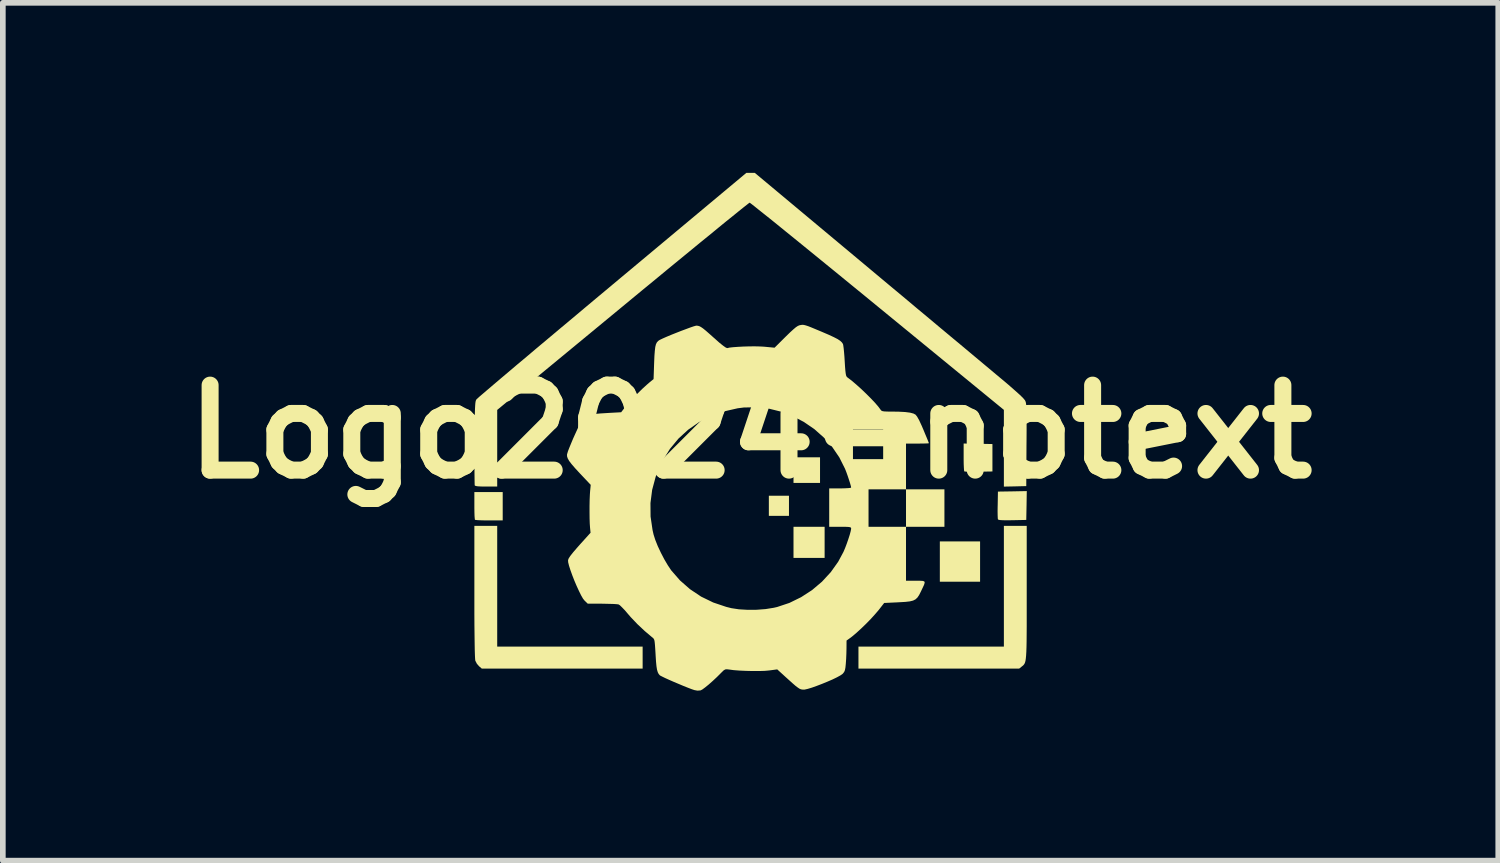
<source format=kicad_pcb>
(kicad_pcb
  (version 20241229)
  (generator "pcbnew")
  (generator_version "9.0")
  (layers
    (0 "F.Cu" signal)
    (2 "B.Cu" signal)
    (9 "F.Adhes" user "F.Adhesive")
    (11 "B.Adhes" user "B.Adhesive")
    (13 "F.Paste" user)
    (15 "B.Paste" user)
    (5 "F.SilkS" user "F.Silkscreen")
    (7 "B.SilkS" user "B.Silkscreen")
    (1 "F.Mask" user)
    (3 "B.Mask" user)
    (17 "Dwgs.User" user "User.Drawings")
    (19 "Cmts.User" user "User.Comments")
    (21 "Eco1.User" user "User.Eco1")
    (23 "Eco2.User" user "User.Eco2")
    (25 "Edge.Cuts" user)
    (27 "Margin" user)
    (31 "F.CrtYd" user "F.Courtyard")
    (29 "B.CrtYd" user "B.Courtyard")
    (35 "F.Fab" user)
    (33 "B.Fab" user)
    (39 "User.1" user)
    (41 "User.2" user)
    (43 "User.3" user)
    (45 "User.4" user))
  (footprint "Logo2024-notext"
    (layer "F.Cu")
    (at 10.193 4.567)
    (property "Reference" "Logo2024-notext" (at 0 0 0) (layer "F.SilkS") (effects (font (size 1.5 1.5) (thickness 0.3))))
    (attr board_only exclude_from_pos_files exclude_from_bom)
    (fp_poly (pts (xy 0.678 1.307) (xy 0.678 1.485) (xy 0.5 1.485) (xy 0.323 1.485) (xy 0.323 1.307) (xy 0.323 1.13) (xy 0.5 1.13) (xy 0.678 1.13)) (stroke (width 0) (type solid)) (fill yes) (layer "F.SilkS"))
    (fp_poly (pts (xy 1.226 0.678) (xy 1.226 0.904) (xy 0.992 0.904) (xy 0.758 0.904) (xy 0.758 0.678) (xy 0.758 0.452) (xy 0.992 0.452) (xy 1.226 0.452)) (stroke (width 0) (type solid)) (fill yes) (layer "F.SilkS"))
    (fp_poly (pts (xy 1.307 1.953) (xy 1.307 2.227) (xy 1.033 2.227) (xy 0.758 2.227) (xy 0.758 1.953) (xy 0.758 1.678) (xy 1.033 1.678) (xy 1.307 1.678)) (stroke (width 0) (type solid)) (fill yes) (layer "F.SilkS"))
    (fp_poly (pts (xy 4.05 2.291) (xy 4.05 2.647) (xy 3.695 2.647) (xy 3.34 2.647) (xy 3.34 2.291) (xy 3.34 1.936) (xy 3.695 1.936) (xy 4.05 1.936)) (stroke (width 0) (type solid)) (fill yes) (layer "F.SilkS"))
    (fp_poly (pts (xy -4.373 1.315) (xy -4.373 1.565) (xy -4.613 1.565) (xy -4.697 1.565) (xy -4.77 1.563) (xy -4.826 1.56) (xy -4.858 1.556) (xy -4.863 1.555) (xy -4.866 1.535) (xy -4.87 1.49) (xy -4.872 1.424) (xy -4.873 1.344) (xy -4.873 1.304) (xy -4.873 1.065) (xy -4.623 1.065) (xy -4.373 1.065)) (stroke (width 0) (type solid)) (fill yes) (layer "F.SilkS"))
    (fp_poly (pts (xy 4.014 0.213) (xy 4.268 0.218) (xy 4.268 0.46) (xy 4.268 0.702) (xy 4.025 0.706) (xy 3.94 0.707) (xy 3.866 0.707) (xy 3.81 0.705) (xy 3.777 0.702) (xy 3.771 0.7) (xy 3.767 0.68) (xy 3.764 0.635) (xy 3.761 0.569) (xy 3.76 0.489) (xy 3.76 0.449) (xy 3.76 0.209)) (stroke (width 0) (type solid)) (fill yes) (layer "F.SilkS"))
    (fp_poly (pts (xy 4.87 1.303) (xy 4.865 1.557) (xy 4.619 1.562) (xy 4.52 1.563) (xy 4.449 1.562) (xy 4.402 1.559) (xy 4.375 1.554) (xy 4.365 1.545) (xy 4.364 1.545) (xy 4.362 1.522) (xy 4.36 1.473) (xy 4.359 1.404) (xy 4.36 1.323) (xy 4.361 1.29) (xy 4.365 1.057) (xy 4.62 1.053) (xy 4.874 1.048)) (stroke (width 0) (type solid)) (fill yes) (layer "F.SilkS"))
    (fp_poly (pts (xy -4.47 2.727) (xy -4.47 3.792) (xy -3.187 3.792) (xy -1.904 3.792) (xy -1.904 3.986) (xy -1.904 4.18) (xy -3.323 4.18) (xy -4.742 4.18) (xy -4.791 4.138) (xy -4.829 4.094) (xy -4.855 4.043) (xy -4.857 4.037) (xy -4.86 4.008) (xy -4.863 3.948) (xy -4.866 3.857) (xy -4.868 3.736) (xy -4.87 3.587) (xy -4.872 3.411) (xy -4.873 3.208) (xy -4.873 2.979) (xy -4.873 2.82) (xy -4.873 1.662) (xy -4.672 1.662) (xy -4.47 1.662)) (stroke (width 0) (type solid)) (fill yes) (layer "F.SilkS"))
    (fp_poly (pts (xy 4.873 2.833) (xy 4.873 3.062) (xy 4.873 3.261) (xy 4.873 3.433) (xy 4.872 3.579) (xy 4.871 3.701) (xy 4.869 3.803) (xy 4.866 3.886) (xy 4.862 3.952) (xy 4.857 4.003) (xy 4.851 4.043) (xy 4.843 4.073) (xy 4.833 4.095) (xy 4.822 4.111) (xy 4.809 4.125) (xy 4.794 4.137) (xy 4.784 4.145) (xy 4.74 4.18) (xy 3.322 4.18) (xy 1.904 4.18) (xy 1.904 3.986) (xy 1.904 3.792) (xy 3.187 3.792) (xy 4.47 3.792) (xy 4.47 2.727) (xy 4.47 1.662) (xy 4.672 1.662) (xy 4.873 1.662)) (stroke (width 0) (type solid)) (fill yes) (layer "F.SilkS"))
    (fp_poly (pts (xy 2.051 -2.917) (xy 2.278 -2.727) (xy 2.502 -2.54) (xy 2.723 -2.356) (xy 2.937 -2.176) (xy 3.145 -2.003) (xy 3.343 -1.837) (xy 3.531 -1.68) (xy 3.707 -1.534) (xy 3.868 -1.399) (xy 4.014 -1.277) (xy 4.142 -1.17) (xy 4.251 -1.079) (xy 4.339 -1.005) (xy 4.405 -0.95) (xy 4.422 -0.936) (xy 4.555 -0.824) (xy 4.663 -0.729) (xy 4.747 -0.654) (xy 4.806 -0.597) (xy 4.839 -0.558) (xy 4.845 -0.549) (xy 4.852 -0.533) (xy 4.858 -0.514) (xy 4.862 -0.488) (xy 4.865 -0.452) (xy 4.868 -0.403) (xy 4.87 -0.339) (xy 4.871 -0.256) (xy 4.871 -0.152) (xy 4.871 -0.023) (xy 4.87 0.134) (xy 4.869 0.234) (xy 4.865 0.96) (xy 4.668 0.965) (xy 4.47 0.969) (xy 4.47 0.292) (xy 4.47 -0.385) (xy 2.239 -2.213) (xy 2.005 -2.405) (xy 1.777 -2.591) (xy 1.557 -2.771) (xy 1.346 -2.943) (xy 1.146 -3.106) (xy 0.957 -3.26) (xy 0.781 -3.403) (xy 0.619 -3.534) (xy 0.473 -3.653) (xy 0.343 -3.758) (xy 0.231 -3.847) (xy 0.138 -3.921) (xy 0.066 -3.979) (xy 0.016 -4.018) (xy -0.011 -4.038) (xy -0.016 -4.041) (xy -0.031 -4.031) (xy -0.069 -4.001) (xy -0.13 -3.953) (xy -0.212 -3.887) (xy -0.313 -3.805) (xy -0.434 -3.708) (xy -0.571 -3.596) (xy -0.724 -3.47) (xy -0.893 -3.333) (xy -1.074 -3.184) (xy -1.268 -3.025) (xy -1.473 -2.857) (xy -1.687 -2.68) (xy -1.91 -2.497) (xy -2.14 -2.307) (xy -2.255 -2.212) (xy -4.47 -0.384) (xy -4.47 0.292) (xy -4.47 0.968) (xy -4.664 0.968) (xy -4.752 0.967) (xy -4.812 0.964) (xy -4.849 0.958) (xy -4.865 0.949) (xy -4.867 0.947) (xy -4.868 0.927) (xy -4.869 0.878) (xy -4.87 0.803) (xy -4.871 0.706) (xy -4.871 0.591) (xy -4.871 0.459) (xy -4.871 0.316) (xy -4.87 0.2) (xy -4.869 0.026) (xy -4.868 -0.118) (xy -4.866 -0.235) (xy -4.864 -0.33) (xy -4.862 -0.403) (xy -4.859 -0.459) (xy -4.856 -0.5) (xy -4.852 -0.529) (xy -4.847 -0.549) (xy -4.84 -0.564) (xy -4.837 -0.569) (xy -4.822 -0.583) (xy -4.784 -0.618) (xy -4.723 -0.67) (xy -4.64 -0.741) (xy -4.538 -0.828) (xy -4.418 -0.93) (xy -4.279 -1.047) (xy -4.125 -1.178) (xy -3.955 -1.32) (xy -3.772 -1.475) (xy -3.576 -1.639) (xy -3.369 -1.813) (xy -3.151 -1.995) (xy -2.925 -2.185) (xy -2.691 -2.381) (xy -2.45 -2.582) (xy -2.442 -2.589) (xy -0.074 -4.567) (xy 0.001 -4.567) (xy 0.075 -4.567)) (stroke (width 0) (type solid)) (fill yes) (layer "F.SilkS"))
    (fp_poly (pts (xy 0.945 -1.883) (xy 0.976 -1.875) (xy 1.019 -1.861) (xy 1.077 -1.838) (xy 1.156 -1.805) (xy 1.259 -1.762) (xy 1.275 -1.755) (xy 1.387 -1.707) (xy 1.472 -1.667) (xy 1.536 -1.634) (xy 1.581 -1.604) (xy 1.611 -1.576) (xy 1.631 -1.547) (xy 1.636 -1.523) (xy 1.643 -1.472) (xy 1.65 -1.401) (xy 1.657 -1.316) (xy 1.661 -1.25) (xy 1.667 -1.151) (xy 1.673 -1.078) (xy 1.679 -1.028) (xy 1.685 -0.995) (xy 1.694 -0.974) (xy 1.705 -0.961) (xy 1.713 -0.955) (xy 1.783 -0.902) (xy 1.864 -0.833) (xy 1.951 -0.755) (xy 2.039 -0.671) (xy 2.123 -0.587) (xy 2.197 -0.509) (xy 2.256 -0.44) (xy 2.296 -0.386) (xy 2.296 -0.386) (xy 2.309 -0.371) (xy 2.33 -0.362) (xy 2.366 -0.357) (xy 2.424 -0.355) (xy 2.47 -0.355) (xy 2.614 -0.353) (xy 2.728 -0.347) (xy 2.814 -0.336) (xy 2.875 -0.32) (xy 2.912 -0.3) (xy 2.939 -0.266) (xy 2.975 -0.202) (xy 3.019 -0.107) (xy 3.05 -0.035) (xy 3.083 0.045) (xy 3.112 0.114) (xy 3.133 0.166) (xy 3.145 0.197) (xy 3.147 0.203) (xy 3.132 0.206) (xy 3.09 0.208) (xy 3.029 0.209) (xy 2.954 0.21) (xy 2.945 0.21) (xy 2.743 0.21) (xy 2.743 0.613) (xy 2.743 1.017) (xy 2.413 1.017) (xy 2.082 1.017) (xy 2.082 1.347) (xy 2.082 1.678) (xy 2.413 1.678) (xy 2.743 1.678) (xy 2.743 1.347) (xy 2.743 1.017) (xy 3.082 1.017) (xy 3.421 1.017) (xy 3.421 1.347) (xy 3.421 1.678) (xy 3.082 1.678) (xy 2.743 1.678) (xy 2.743 2.154) (xy 2.743 2.63) (xy 2.914 2.63) (xy 2.989 2.63) (xy 3.039 2.633) (xy 3.066 2.642) (xy 3.073 2.664) (xy 3.061 2.703) (xy 3.033 2.763) (xy 3.004 2.824) (xy 2.974 2.883) (xy 2.945 2.926) (xy 2.911 2.958) (xy 2.868 2.98) (xy 2.811 2.994) (xy 2.733 3.003) (xy 2.629 3.009) (xy 2.595 3.011) (xy 2.358 3.022) (xy 2.259 3.149) (xy 2.198 3.22) (xy 2.123 3.303) (xy 2.039 3.389) (xy 1.952 3.473) (xy 1.87 3.548) (xy 1.799 3.608) (xy 1.77 3.631) (xy 1.694 3.685) (xy 1.693 3.823) (xy 1.691 3.911) (xy 1.687 4.008) (xy 1.681 4.093) (xy 1.681 4.095) (xy 1.674 4.163) (xy 1.665 4.208) (xy 1.652 4.239) (xy 1.631 4.266) (xy 1.622 4.275) (xy 1.586 4.3) (xy 1.526 4.333) (xy 1.448 4.371) (xy 1.358 4.41) (xy 1.263 4.449) (xy 1.169 4.485) (xy 1.082 4.516) (xy 1.009 4.538) (xy 0.956 4.55) (xy 0.943 4.551) (xy 0.915 4.55) (xy 0.89 4.546) (xy 0.864 4.535) (xy 0.834 4.515) (xy 0.793 4.484) (xy 0.74 4.438) (xy 0.669 4.374) (xy 0.619 4.329) (xy 0.471 4.194) (xy 0.328 4.213) (xy 0.251 4.22) (xy 0.151 4.223) (xy 0.037 4.223) (xy -0.082 4.22) (xy -0.197 4.215) (xy -0.3 4.207) (xy -0.374 4.197) (xy -0.417 4.192) (xy -0.447 4.195) (xy -0.474 4.211) (xy -0.51 4.246) (xy -0.52 4.256) (xy -0.593 4.329) (xy -0.667 4.398) (xy -0.738 4.461) (xy -0.801 4.512) (xy -0.851 4.549) (xy -0.883 4.565) (xy -0.938 4.569) (xy -0.992 4.559) (xy -1.039 4.543) (xy -1.104 4.518) (xy -1.182 4.487) (xy -1.267 4.451) (xy -1.353 4.415) (xy -1.435 4.379) (xy -1.506 4.347) (xy -1.561 4.32) (xy -1.594 4.303) (xy -1.6 4.299) (xy -1.621 4.275) (xy -1.637 4.244) (xy -1.65 4.2) (xy -1.66 4.138) (xy -1.668 4.055) (xy -1.675 3.945) (xy -1.676 3.925) (xy -1.682 3.828) (xy -1.687 3.757) (xy -1.692 3.708) (xy -1.698 3.676) (xy -1.708 3.655) (xy -1.72 3.64) (xy -1.737 3.627) (xy -1.866 3.518) (xy -1.996 3.396) (xy -2.115 3.271) (xy -2.165 3.213) (xy -2.217 3.152) (xy -2.266 3.101) (xy -2.304 3.064) (xy -2.328 3.048) (xy -2.329 3.048) (xy -2.357 3.044) (xy -2.41 3.04) (xy -2.483 3.038) (xy -2.569 3.036) (xy -2.619 3.035) (xy -2.873 3.034) (xy -2.928 2.981) (xy -2.956 2.946) (xy -2.99 2.887) (xy -3.028 2.81) (xy -3.069 2.721) (xy -3.109 2.627) (xy -3.146 2.532) (xy -3.178 2.443) (xy -3.203 2.365) (xy -3.218 2.304) (xy -3.22 2.266) (xy -3.22 2.266) (xy -3.208 2.234) (xy -3.178 2.189) (xy -3.129 2.127) (xy -3.06 2.047) (xy -3.017 1.998) (xy -2.823 1.783) (xy -2.832 1.693) (xy -2.837 1.622) (xy -2.84 1.528) (xy -2.841 1.421) (xy -2.841 1.309) (xy -2.84 1.26) (xy -1.766 1.26) (xy -1.764 1.497) (xy -1.729 1.736) (xy -1.711 1.815) (xy -1.681 1.909) (xy -1.637 2.019) (xy -1.582 2.136) (xy -1.521 2.253) (xy -1.459 2.358) (xy -1.401 2.445) (xy -1.245 2.624) (xy -1.068 2.779) (xy -0.872 2.91) (xy -0.658 3.014) (xy -0.429 3.091) (xy -0.337 3.114) (xy -0.205 3.134) (xy -0.053 3.143) (xy 0.107 3.142) (xy 0.265 3.13) (xy 0.409 3.107) (xy 0.47 3.093) (xy 0.686 3.021) (xy 0.892 2.92) (xy 1.085 2.795) (xy 1.26 2.647) (xy 1.415 2.479) (xy 1.546 2.295) (xy 1.639 2.122) (xy 1.668 2.054) (xy 1.698 1.975) (xy 1.726 1.894) (xy 1.75 1.819) (xy 1.767 1.756) (xy 1.775 1.714) (xy 1.775 1.71) (xy 1.773 1.696) (xy 1.763 1.688) (xy 1.74 1.682) (xy 1.699 1.679) (xy 1.634 1.678) (xy 1.581 1.678) (xy 1.388 1.678) (xy 1.388 1.339) (xy 1.388 1.001) (xy 1.581 1.001) (xy 1.656 0.999) (xy 1.718 0.996) (xy 1.759 0.992) (xy 1.775 0.986) (xy 1.775 0.986) (xy 1.77 0.959) (xy 1.756 0.909) (xy 1.736 0.846) (xy 1.713 0.777) (xy 1.689 0.71) (xy 1.667 0.654) (xy 1.566 0.453) (xy 1.44 0.268) (xy 1.395 0.218) (xy 1.807 0.218) (xy 1.807 0.484) (xy 2.074 0.484) (xy 2.34 0.484) (xy 2.34 0.218) (xy 2.34 -0.048) (xy 2.074 -0.048) (xy 1.807 -0.048) (xy 1.807 0.218) (xy 1.395 0.218) (xy 1.292 0.102) (xy 1.125 -0.046) (xy 0.941 -0.172) (xy 0.744 -0.275) (xy 0.536 -0.354) (xy 0.322 -0.407) (xy 0.103 -0.431) (xy -0.118 -0.427) (xy -0.227 -0.413) (xy -0.472 -0.357) (xy -0.701 -0.275) (xy -0.911 -0.167) (xy -1.102 -0.034) (xy -1.273 0.123) (xy -1.422 0.303) (xy -1.549 0.507) (xy -1.581 0.569) (xy -1.674 0.795) (xy -1.736 1.026) (xy -1.766 1.26) (xy -2.84 1.26) (xy -2.839 1.202) (xy -2.835 1.11) (xy -2.831 1.051) (xy -2.82 0.938) (xy -3.012 0.735) (xy -3.095 0.645) (xy -3.157 0.573) (xy -3.2 0.517) (xy -3.226 0.471) (xy -3.238 0.433) (xy -3.238 0.399) (xy -3.235 0.39) (xy -3.222 0.346) (xy -3.198 0.284) (xy -3.166 0.206) (xy -3.13 0.12) (xy -3.09 0.032) (xy -3.051 -0.054) (xy -3.014 -0.132) (xy -2.982 -0.196) (xy -2.958 -0.24) (xy -2.945 -0.258) (xy -2.92 -0.275) (xy -2.88 -0.29) (xy -2.824 -0.302) (xy -2.747 -0.313) (xy -2.647 -0.322) (xy -2.518 -0.33) (xy -2.469 -0.333) (xy -2.283 -0.343) (xy -2.203 -0.447) (xy -2.149 -0.511) (xy -2.077 -0.589) (xy -1.995 -0.672) (xy -1.911 -0.755) (xy -1.831 -0.828) (xy -1.78 -0.872) (xy -1.711 -0.928) (xy -1.701 -1.218) (xy -1.696 -1.337) (xy -1.689 -1.427) (xy -1.681 -1.495) (xy -1.669 -1.543) (xy -1.652 -1.577) (xy -1.63 -1.601) (xy -1.602 -1.62) (xy -1.599 -1.621) (xy -1.549 -1.645) (xy -1.481 -1.675) (xy -1.4 -1.709) (xy -1.312 -1.744) (xy -1.223 -1.779) (xy -1.137 -1.811) (xy -1.062 -1.839) (xy -1.003 -1.859) (xy -0.964 -1.87) (xy -0.956 -1.871) (xy -0.93 -1.869) (xy -0.904 -1.862) (xy -0.875 -1.847) (xy -0.837 -1.821) (xy -0.789 -1.782) (xy -0.725 -1.726) (xy -0.641 -1.651) (xy -0.638 -1.649) (xy -0.552 -1.572) (xy -0.486 -1.519) (xy -0.441 -1.487) (xy -0.414 -1.475) (xy -0.409 -1.475) (xy -0.37 -1.484) (xy -0.306 -1.491) (xy -0.224 -1.497) (xy -0.129 -1.502) (xy -0.029 -1.505) (xy 0.07 -1.506) (xy 0.16 -1.504) (xy 0.236 -1.5) (xy 0.246 -1.499) (xy 0.424 -1.482) (xy 0.619 -1.676) (xy 0.696 -1.751) (xy 0.755 -1.805) (xy 0.8 -1.843) (xy 0.835 -1.866) (xy 0.864 -1.878) (xy 0.874 -1.88) (xy 0.898 -1.884) (xy 0.92 -1.886)) (stroke (width 0) (type solid)) (fill yes) (layer "F.SilkS")))
  (gr_rect
    (start -3 -3)
    (end 23.386 12.136)
    (stroke (width 0.1) (type default))
    (fill no)
    (layer "Edge.Cuts")))
</source>
